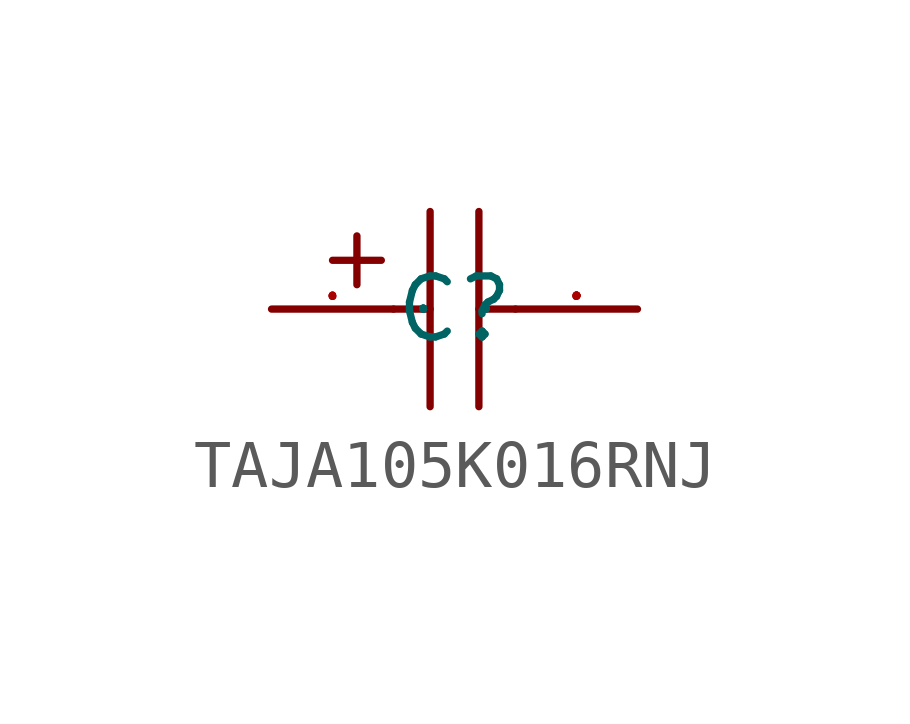
<source format=kicad_sym>
(kicad_symbol_lib
  (version 20241209)
  (generator "kicad_symbol_editor")
  (generator_version "9.0")
  (symbol "TAJA105K016RNJ"
    (property "Reference" "C"
      (at 0 0 0)
      (effects (font (size 1.27 1.27))))
    (symbol "TAJA105K016RNJ_1_0"
      (polyline (pts (xy -2.54 1.016) (xy -1.524 1.016)) (stroke (width 0) (type default)) (fill (type none)))
      (polyline (pts (xy -2.032 1.524) (xy -2.032 0.508)) (stroke (width 0) (type default)) (fill (type none)))
      (polyline (pts (xy -1.27 0) (xy -0.508 0)) (stroke (width 0) (type default)) (fill (type none)))
      (polyline (pts (xy -0.508 2.032) (xy -0.508 -2.032)) (stroke (width 0) (type default)) (fill (type none)))
      (polyline (pts (xy 0.508 2.032) (xy 0.508 -2.032)) (stroke (width 0) (type default)) (fill (type none)))
      (polyline (pts (xy 0.508 0) (xy 1.27 0)) (stroke (width 0) (type default)) (fill (type none)))
      (pin input line (at -3.81 0 0) (length 2.54) (name "1" (effects (font (size 0.025 0.025)))) (number "1" (effects (font (size 0.025 0.025)))))
      (pin input line (at 3.81 0 180) (length 2.54) (name "2" (effects (font (size 0.025 0.025)))) (number "2" (effects (font (size 0.025 0.025))))))))
</source>
